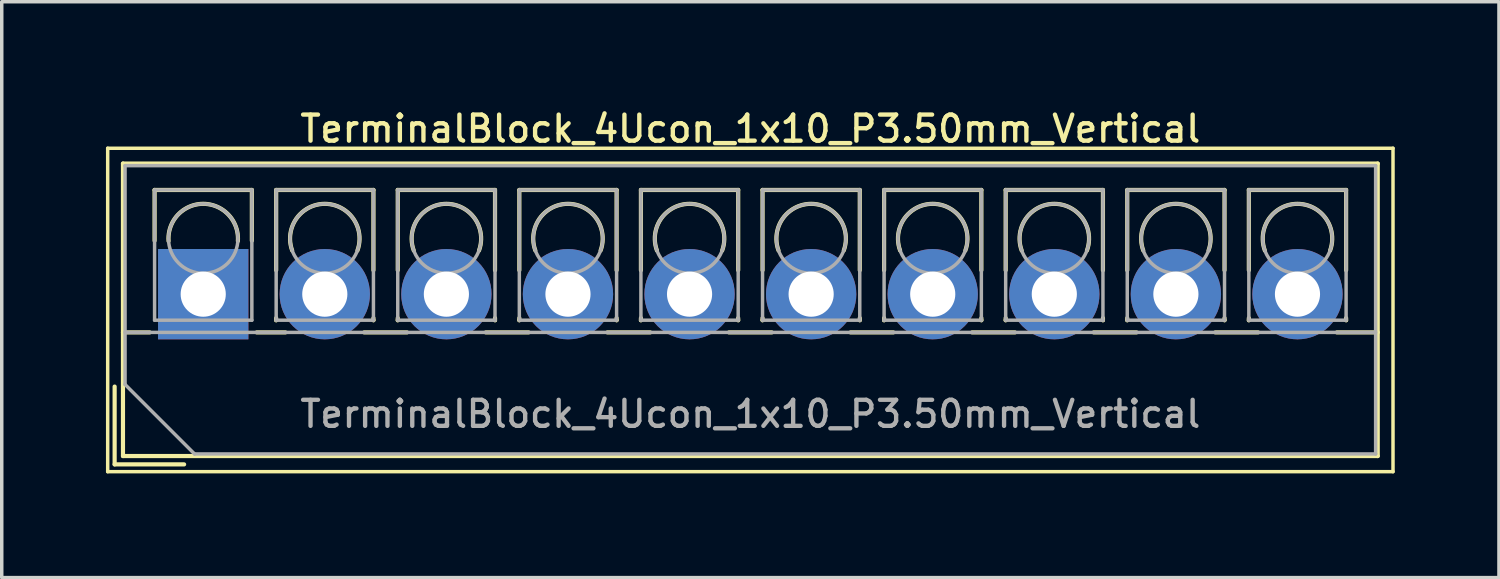
<source format=kicad_pcb>
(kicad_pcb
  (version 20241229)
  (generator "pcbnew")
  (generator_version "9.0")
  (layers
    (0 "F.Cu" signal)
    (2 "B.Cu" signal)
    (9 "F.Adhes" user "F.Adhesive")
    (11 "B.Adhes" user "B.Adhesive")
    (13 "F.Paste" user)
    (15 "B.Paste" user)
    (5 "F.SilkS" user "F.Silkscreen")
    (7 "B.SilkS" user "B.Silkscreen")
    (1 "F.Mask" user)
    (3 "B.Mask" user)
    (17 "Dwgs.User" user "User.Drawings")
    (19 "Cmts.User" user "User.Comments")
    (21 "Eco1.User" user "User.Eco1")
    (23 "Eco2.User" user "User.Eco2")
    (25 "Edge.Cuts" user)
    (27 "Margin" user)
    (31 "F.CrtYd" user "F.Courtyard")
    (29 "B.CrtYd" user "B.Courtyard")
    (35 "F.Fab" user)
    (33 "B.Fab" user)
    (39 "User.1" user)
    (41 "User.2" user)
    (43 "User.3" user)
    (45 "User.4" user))
  (footprint "TerminalBlock_4Ucon_1x10_P3.50mm_Vertical"
    (layer "F.Cu")
    (at 2.8 5.418)
    (property "Reference" "TerminalBlock_4Ucon_1x10_P3.50mm_Vertical" (at 15.75 -4.76 0) (layer "F.SilkS") (effects (font (size 0.75 0.75) (thickness 0.125))))
    (attr through_hole)
    (fp_line (start -2.75 -4.2) (end -2.75 5.11) (stroke (width 0.1) (type solid)) (layer "F.SilkS"))
    (fp_line (start -2.75 5.11) (end 34.25 5.11) (stroke (width 0.1) (type solid)) (layer "F.SilkS"))
    (fp_line (start -2.55 2.66) (end -2.55 4.9) (stroke (width 0.12) (type solid)) (layer "F.SilkS"))
    (fp_line (start -2.55 4.9) (end -0.55 4.9) (stroke (width 0.12) (type solid)) (layer "F.SilkS"))
    (fp_line (start -2.31 -3.76) (end -2.31 4.66) (stroke (width 0.12) (type solid)) (layer "F.SilkS"))
    (fp_line (start -2.31 -3.76) (end 33.81 -3.76) (stroke (width 0.12) (type solid)) (layer "F.SilkS"))
    (fp_line (start -2.31 1.101) (end -1.54 1.101) (stroke (width 0.12) (type solid)) (layer "F.SilkS"))
    (fp_line (start -2.31 4.66) (end 33.81 4.66) (stroke (width 0.12) (type solid)) (layer "F.SilkS"))
    (fp_line (start -1.4 -3) (end -1.4 -1.54) (stroke (width 0.12) (type solid)) (layer "F.SilkS"))
    (fp_line (start -1.4 -3) (end 1.4 -3) (stroke (width 0.12) (type solid)) (layer "F.SilkS"))
    (fp_line (start 1.4 -3) (end 1.4 -1.54) (stroke (width 0.12) (type solid)) (layer "F.SilkS"))
    (fp_line (start 1.54 1.101) (end 2.367 1.101) (stroke (width 0.12) (type solid)) (layer "F.SilkS"))
    (fp_line (start 2.1 -3) (end 2.1 -0.689) (stroke (width 0.12) (type solid)) (layer "F.SilkS"))
    (fp_line (start 2.1 -3) (end 4.9 -3) (stroke (width 0.12) (type solid)) (layer "F.SilkS"))
    (fp_line (start 2.1 0.689) (end 2.1 0.75) (stroke (width 0.12) (type solid)) (layer "F.SilkS"))
    (fp_line (start 2.1 0.75) (end 2.101 0.75) (stroke (width 0.12) (type solid)) (layer "F.SilkS"))
    (fp_line (start 4.634 1.101) (end 5.867 1.101) (stroke (width 0.12) (type solid)) (layer "F.SilkS"))
    (fp_line (start 4.9 -3) (end 4.9 -0.689) (stroke (width 0.12) (type solid)) (layer "F.SilkS"))
    (fp_line (start 4.9 0.689) (end 4.9 0.75) (stroke (width 0.12) (type solid)) (layer "F.SilkS"))
    (fp_line (start 4.9 0.75) (end 4.9 0.75) (stroke (width 0.12) (type solid)) (layer "F.SilkS"))
    (fp_line (start 5.6 -3) (end 5.6 -0.689) (stroke (width 0.12) (type solid)) (layer "F.SilkS"))
    (fp_line (start 5.6 -3) (end 8.4 -3) (stroke (width 0.12) (type solid)) (layer "F.SilkS"))
    (fp_line (start 5.6 0.689) (end 5.6 0.75) (stroke (width 0.12) (type solid)) (layer "F.SilkS"))
    (fp_line (start 5.6 0.75) (end 5.601 0.75) (stroke (width 0.12) (type solid)) (layer "F.SilkS"))
    (fp_line (start 8.134 1.101) (end 9.367 1.101) (stroke (width 0.12) (type solid)) (layer "F.SilkS"))
    (fp_line (start 8.4 -3) (end 8.4 -0.689) (stroke (width 0.12) (type solid)) (layer "F.SilkS"))
    (fp_line (start 8.4 0.689) (end 8.4 0.75) (stroke (width 0.12) (type solid)) (layer "F.SilkS"))
    (fp_line (start 8.4 0.75) (end 8.4 0.75) (stroke (width 0.12) (type solid)) (layer "F.SilkS"))
    (fp_line (start 9.1 -3) (end 9.1 -0.689) (stroke (width 0.12) (type solid)) (layer "F.SilkS"))
    (fp_line (start 9.1 -3) (end 11.9 -3) (stroke (width 0.12) (type solid)) (layer "F.SilkS"))
    (fp_line (start 9.1 0.689) (end 9.1 0.75) (stroke (width 0.12) (type solid)) (layer "F.SilkS"))
    (fp_line (start 9.1 0.75) (end 9.101 0.75) (stroke (width 0.12) (type solid)) (layer "F.SilkS"))
    (fp_line (start 11.634 1.101) (end 12.867 1.101) (stroke (width 0.12) (type solid)) (layer "F.SilkS"))
    (fp_line (start 11.9 -3) (end 11.9 -0.689) (stroke (width 0.12) (type solid)) (layer "F.SilkS"))
    (fp_line (start 11.9 0.689) (end 11.9 0.75) (stroke (width 0.12) (type solid)) (layer "F.SilkS"))
    (fp_line (start 11.9 0.75) (end 11.9 0.75) (stroke (width 0.12) (type solid)) (layer "F.SilkS"))
    (fp_line (start 12.6 -3) (end 12.6 -0.689) (stroke (width 0.12) (type solid)) (layer "F.SilkS"))
    (fp_line (start 12.6 -3) (end 15.4 -3) (stroke (width 0.12) (type solid)) (layer "F.SilkS"))
    (fp_line (start 12.6 0.689) (end 12.6 0.75) (stroke (width 0.12) (type solid)) (layer "F.SilkS"))
    (fp_line (start 12.6 0.75) (end 12.601 0.75) (stroke (width 0.12) (type solid)) (layer "F.SilkS"))
    (fp_line (start 15.134 1.101) (end 16.367 1.101) (stroke (width 0.12) (type solid)) (layer "F.SilkS"))
    (fp_line (start 15.4 -3) (end 15.4 -0.689) (stroke (width 0.12) (type solid)) (layer "F.SilkS"))
    (fp_line (start 15.4 0.689) (end 15.4 0.75) (stroke (width 0.12) (type solid)) (layer "F.SilkS"))
    (fp_line (start 15.4 0.75) (end 15.4 0.75) (stroke (width 0.12) (type solid)) (layer "F.SilkS"))
    (fp_line (start 16.101 -3) (end 16.101 -0.689) (stroke (width 0.12) (type solid)) (layer "F.SilkS"))
    (fp_line (start 16.101 -3) (end 18.9 -3) (stroke (width 0.12) (type solid)) (layer "F.SilkS"))
    (fp_line (start 16.101 0.689) (end 16.101 0.75) (stroke (width 0.12) (type solid)) (layer "F.SilkS"))
    (fp_line (start 16.101 0.75) (end 16.101 0.75) (stroke (width 0.12) (type solid)) (layer "F.SilkS"))
    (fp_line (start 18.634 1.101) (end 19.867 1.101) (stroke (width 0.12) (type solid)) (layer "F.SilkS"))
    (fp_line (start 18.9 -3) (end 18.9 -0.689) (stroke (width 0.12) (type solid)) (layer "F.SilkS"))
    (fp_line (start 18.9 0.689) (end 18.9 0.75) (stroke (width 0.12) (type solid)) (layer "F.SilkS"))
    (fp_line (start 18.9 0.75) (end 18.9 0.75) (stroke (width 0.12) (type solid)) (layer "F.SilkS"))
    (fp_line (start 19.6 -3) (end 19.6 -0.689) (stroke (width 0.12) (type solid)) (layer "F.SilkS"))
    (fp_line (start 19.6 -3) (end 22.4 -3) (stroke (width 0.12) (type solid)) (layer "F.SilkS"))
    (fp_line (start 19.6 0.689) (end 19.6 0.75) (stroke (width 0.12) (type solid)) (layer "F.SilkS"))
    (fp_line (start 19.6 0.75) (end 19.601 0.75) (stroke (width 0.12) (type solid)) (layer "F.SilkS"))
    (fp_line (start 22.134 1.101) (end 23.367 1.101) (stroke (width 0.12) (type solid)) (layer "F.SilkS"))
    (fp_line (start 22.4 -3) (end 22.4 -0.689) (stroke (width 0.12) (type solid)) (layer "F.SilkS"))
    (fp_line (start 22.4 0.689) (end 22.4 0.75) (stroke (width 0.12) (type solid)) (layer "F.SilkS"))
    (fp_line (start 22.4 0.75) (end 22.4 0.75) (stroke (width 0.12) (type solid)) (layer "F.SilkS"))
    (fp_line (start 23.1 -3) (end 23.1 -0.689) (stroke (width 0.12) (type solid)) (layer "F.SilkS"))
    (fp_line (start 23.1 -3) (end 25.9 -3) (stroke (width 0.12) (type solid)) (layer "F.SilkS"))
    (fp_line (start 23.1 0.689) (end 23.1 0.75) (stroke (width 0.12) (type solid)) (layer "F.SilkS"))
    (fp_line (start 23.1 0.75) (end 23.101 0.75) (stroke (width 0.12) (type solid)) (layer "F.SilkS"))
    (fp_line (start 25.634 1.101) (end 26.867 1.101) (stroke (width 0.12) (type solid)) (layer "F.SilkS"))
    (fp_line (start 25.9 -3) (end 25.9 -0.689) (stroke (width 0.12) (type solid)) (layer "F.SilkS"))
    (fp_line (start 25.9 0.689) (end 25.9 0.75) (stroke (width 0.12) (type solid)) (layer "F.SilkS"))
    (fp_line (start 25.9 0.75) (end 25.9 0.75) (stroke (width 0.12) (type solid)) (layer "F.SilkS"))
    (fp_line (start 26.6 -3) (end 26.6 -0.689) (stroke (width 0.12) (type solid)) (layer "F.SilkS"))
    (fp_line (start 26.6 -3) (end 29.4 -3) (stroke (width 0.12) (type solid)) (layer "F.SilkS"))
    (fp_line (start 26.6 0.689) (end 26.6 0.75) (stroke (width 0.12) (type solid)) (layer "F.SilkS"))
    (fp_line (start 26.6 0.75) (end 26.601 0.75) (stroke (width 0.12) (type solid)) (layer "F.SilkS"))
    (fp_line (start 29.134 1.101) (end 30.367 1.101) (stroke (width 0.12) (type solid)) (layer "F.SilkS"))
    (fp_line (start 29.4 -3) (end 29.4 -0.689) (stroke (width 0.12) (type solid)) (layer "F.SilkS"))
    (fp_line (start 29.4 0.689) (end 29.4 0.75) (stroke (width 0.12) (type solid)) (layer "F.SilkS"))
    (fp_line (start 29.4 0.75) (end 29.4 0.75) (stroke (width 0.12) (type solid)) (layer "F.SilkS"))
    (fp_line (start 30.1 -3) (end 30.1 -0.689) (stroke (width 0.12) (type solid)) (layer "F.SilkS"))
    (fp_line (start 30.1 -3) (end 32.9 -3) (stroke (width 0.12) (type solid)) (layer "F.SilkS"))
    (fp_line (start 30.1 0.689) (end 30.1 0.75) (stroke (width 0.12) (type solid)) (layer "F.SilkS"))
    (fp_line (start 30.1 0.75) (end 30.101 0.75) (stroke (width 0.12) (type solid)) (layer "F.SilkS"))
    (fp_line (start 32.634 1.101) (end 33.81 1.101) (stroke (width 0.12) (type solid)) (layer "F.SilkS"))
    (fp_line (start 32.9 -3) (end 32.9 -0.689) (stroke (width 0.12) (type solid)) (layer "F.SilkS"))
    (fp_line (start 32.9 0.689) (end 32.9 0.75) (stroke (width 0.12) (type solid)) (layer "F.SilkS"))
    (fp_line (start 32.9 0.75) (end 32.9 0.75) (stroke (width 0.12) (type solid)) (layer "F.SilkS"))
    (fp_line (start 33.81 -3.76) (end 33.81 4.66) (stroke (width 0.12) (type solid)) (layer "F.SilkS"))
    (fp_line (start 34.25 -4.2) (end -2.75 -4.2) (stroke (width 0.1) (type solid)) (layer "F.SilkS"))
    (fp_line (start 34.25 5.11) (end 34.25 -4.2) (stroke (width 0.1) (type solid)) (layer "F.SilkS"))
    (fp_arc (start -0.99789 -1.529434) (mid -0.000785 -2.600382) (end 0.998 -1.531) (stroke (width 0.12) (type solid)) (layer "F.SilkS"))
    (fp_arc (start 2.560085 -1.257767) (mid 3.499876 -2.600282) (end 4.44 -1.258) (stroke (width 0.12) (type solid)) (layer "F.SilkS"))
    (fp_arc (start 6.060085 -1.257767) (mid 6.999876 -2.600282) (end 7.94 -1.258) (stroke (width 0.12) (type solid)) (layer "F.SilkS"))
    (fp_arc (start 9.560085 -1.257767) (mid 10.499876 -2.600282) (end 11.44 -1.258) (stroke (width 0.12) (type solid)) (layer "F.SilkS"))
    (fp_arc (start 13.060085 -1.257767) (mid 13.999876 -2.600282) (end 14.94 -1.258) (stroke (width 0.12) (type solid)) (layer "F.SilkS"))
    (fp_arc (start 16.560085 -1.257767) (mid 17.499876 -2.600282) (end 18.44 -1.258) (stroke (width 0.12) (type solid)) (layer "F.SilkS"))
    (fp_arc (start 20.060085 -1.257767) (mid 20.999876 -2.600282) (end 21.94 -1.258) (stroke (width 0.12) (type solid)) (layer "F.SilkS"))
    (fp_arc (start 23.560085 -1.257767) (mid 24.499876 -2.600282) (end 25.44 -1.258) (stroke (width 0.12) (type solid)) (layer "F.SilkS"))
    (fp_arc (start 27.060085 -1.257767) (mid 27.999876 -2.600282) (end 28.94 -1.258) (stroke (width 0.12) (type solid)) (layer "F.SilkS"))
    (fp_arc (start 30.560085 -1.257767) (mid 31.499876 -2.600282) (end 32.44 -1.258) (stroke (width 0.12) (type solid)) (layer "F.SilkS"))
    (fp_line (start -2.25 -3.7) (end 33.75 -3.7) (stroke (width 0.1) (type solid)) (layer "F.Fab"))
    (fp_line (start -2.25 1.1) (end 33.75 1.1) (stroke (width 0.1) (type solid)) (layer "F.Fab"))
    (fp_line (start -2.25 2.6) (end -2.25 -3.7) (stroke (width 0.1) (type solid)) (layer "F.Fab"))
    (fp_line (start -1.4 -3) (end -1.4 0.75) (stroke (width 0.1) (type solid)) (layer "F.Fab"))
    (fp_line (start -1.4 0.75) (end 1.4 0.75) (stroke (width 0.1) (type solid)) (layer "F.Fab"))
    (fp_line (start -0.25 4.6) (end -2.25 2.6) (stroke (width 0.1) (type solid)) (layer "F.Fab"))
    (fp_line (start 1.4 -3) (end -1.4 -3) (stroke (width 0.1) (type solid)) (layer "F.Fab"))
    (fp_line (start 1.4 0.75) (end 1.4 -3) (stroke (width 0.1) (type solid)) (layer "F.Fab"))
    (fp_line (start 2.1 -3) (end 2.1 0.75) (stroke (width 0.1) (type solid)) (layer "F.Fab"))
    (fp_line (start 2.1 0.75) (end 4.9 0.75) (stroke (width 0.1) (type solid)) (layer "F.Fab"))
    (fp_line (start 4.9 -3) (end 2.1 -3) (stroke (width 0.1) (type solid)) (layer "F.Fab"))
    (fp_line (start 4.9 0.75) (end 4.9 -3) (stroke (width 0.1) (type solid)) (layer "F.Fab"))
    (fp_line (start 5.6 -3) (end 5.6 0.75) (stroke (width 0.1) (type solid)) (layer "F.Fab"))
    (fp_line (start 5.6 0.75) (end 8.4 0.75) (stroke (width 0.1) (type solid)) (layer "F.Fab"))
    (fp_line (start 8.4 -3) (end 5.6 -3) (stroke (width 0.1) (type solid)) (layer "F.Fab"))
    (fp_line (start 8.4 0.75) (end 8.4 -3) (stroke (width 0.1) (type solid)) (layer "F.Fab"))
    (fp_line (start 9.1 -3) (end 9.1 0.75) (stroke (width 0.1) (type solid)) (layer "F.Fab"))
    (fp_line (start 9.1 0.75) (end 11.9 0.75) (stroke (width 0.1) (type solid)) (layer "F.Fab"))
    (fp_line (start 11.9 -3) (end 9.1 -3) (stroke (width 0.1) (type solid)) (layer "F.Fab"))
    (fp_line (start 11.9 0.75) (end 11.9 -3) (stroke (width 0.1) (type solid)) (layer "F.Fab"))
    (fp_line (start 12.6 -3) (end 12.6 0.75) (stroke (width 0.1) (type solid)) (layer "F.Fab"))
    (fp_line (start 12.6 0.75) (end 15.4 0.75) (stroke (width 0.1) (type solid)) (layer "F.Fab"))
    (fp_line (start 15.4 -3) (end 12.6 -3) (stroke (width 0.1) (type solid)) (layer "F.Fab"))
    (fp_line (start 15.4 0.75) (end 15.4 -3) (stroke (width 0.1) (type solid)) (layer "F.Fab"))
    (fp_line (start 16.101 -3) (end 16.101 0.75) (stroke (width 0.1) (type solid)) (layer "F.Fab"))
    (fp_line (start 16.101 0.75) (end 18.9 0.75) (stroke (width 0.1) (type solid)) (layer "F.Fab"))
    (fp_line (start 18.9 -3) (end 16.101 -3) (stroke (width 0.1) (type solid)) (layer "F.Fab"))
    (fp_line (start 18.9 0.75) (end 18.9 -3) (stroke (width 0.1) (type solid)) (layer "F.Fab"))
    (fp_line (start 19.6 -3) (end 19.6 0.75) (stroke (width 0.1) (type solid)) (layer "F.Fab"))
    (fp_line (start 19.6 0.75) (end 22.4 0.75) (stroke (width 0.1) (type solid)) (layer "F.Fab"))
    (fp_line (start 22.4 -3) (end 19.6 -3) (stroke (width 0.1) (type solid)) (layer "F.Fab"))
    (fp_line (start 22.4 0.75) (end 22.4 -3) (stroke (width 0.1) (type solid)) (layer "F.Fab"))
    (fp_line (start 23.1 -3) (end 23.1 0.75) (stroke (width 0.1) (type solid)) (layer "F.Fab"))
    (fp_line (start 23.1 0.75) (end 25.9 0.75) (stroke (width 0.1) (type solid)) (layer "F.Fab"))
    (fp_line (start 25.9 -3) (end 23.1 -3) (stroke (width 0.1) (type solid)) (layer "F.Fab"))
    (fp_line (start 25.9 0.75) (end 25.9 -3) (stroke (width 0.1) (type solid)) (layer "F.Fab"))
    (fp_line (start 26.6 -3) (end 26.6 0.75) (stroke (width 0.1) (type solid)) (layer "F.Fab"))
    (fp_line (start 26.6 0.75) (end 29.4 0.75) (stroke (width 0.1) (type solid)) (layer "F.Fab"))
    (fp_line (start 29.4 -3) (end 26.6 -3) (stroke (width 0.1) (type solid)) (layer "F.Fab"))
    (fp_line (start 29.4 0.75) (end 29.4 -3) (stroke (width 0.1) (type solid)) (layer "F.Fab"))
    (fp_line (start 30.1 -3) (end 30.1 0.75) (stroke (width 0.1) (type solid)) (layer "F.Fab"))
    (fp_line (start 30.1 0.75) (end 32.9 0.75) (stroke (width 0.1) (type solid)) (layer "F.Fab"))
    (fp_line (start 32.9 -3) (end 30.1 -3) (stroke (width 0.1) (type solid)) (layer "F.Fab"))
    (fp_line (start 32.9 0.75) (end 32.9 -3) (stroke (width 0.1) (type solid)) (layer "F.Fab"))
    (fp_line (start 33.75 -3.7) (end 33.75 4.6) (stroke (width 0.1) (type solid)) (layer "F.Fab"))
    (fp_line (start 33.75 4.6) (end -0.25 4.6) (stroke (width 0.1) (type solid)) (layer "F.Fab"))
    (fp_circle (center 0 -1.6) (end 1 -1.6) (stroke (width 0.1) (type solid)) (fill no) (layer "F.Fab"))
    (fp_circle (center 3.5 -1.6) (end 4.5 -1.6) (stroke (width 0.1) (type solid)) (fill no) (layer "F.Fab"))
    (fp_circle (center 7 -1.6) (end 8 -1.6) (stroke (width 0.1) (type solid)) (fill no) (layer "F.Fab"))
    (fp_circle (center 10.5 -1.6) (end 11.5 -1.6) (stroke (width 0.1) (type solid)) (fill no) (layer "F.Fab"))
    (fp_circle (center 14 -1.6) (end 15 -1.6) (stroke (width 0.1) (type solid)) (fill no) (layer "F.Fab"))
    (fp_circle (center 17.5 -1.6) (end 18.5 -1.6) (stroke (width 0.1) (type solid)) (fill no) (layer "F.Fab"))
    (fp_circle (center 21 -1.6) (end 22 -1.6) (stroke (width 0.1) (type solid)) (fill no) (layer "F.Fab"))
    (fp_circle (center 24.5 -1.6) (end 25.5 -1.6) (stroke (width 0.1) (type solid)) (fill no) (layer "F.Fab"))
    (fp_circle (center 28 -1.6) (end 29 -1.6) (stroke (width 0.1) (type solid)) (fill no) (layer "F.Fab"))
    (fp_circle (center 31.5 -1.6) (end 32.5 -1.6) (stroke (width 0.1) (type solid)) (fill no) (layer "F.Fab"))
    (fp_text user "${REFERENCE}" (at 15.75 3.45 0) (layer "F.Fab") (effects (font (size 0.75 0.75) (thickness 0.125))))
    (pad "1" thru_hole rect (at 0 0) (size 2.6 2.6) (drill 1.3) (layers "*.Cu" "*.Mask"))
    (pad "2" thru_hole circle (at 3.5 0) (size 2.6 2.6) (drill 1.3) (layers "*.Cu" "*.Mask"))
    (pad "3" thru_hole circle (at 7 0) (size 2.6 2.6) (drill 1.3) (layers "*.Cu" "*.Mask"))
    (pad "4" thru_hole circle (at 10.5 0) (size 2.6 2.6) (drill 1.3) (layers "*.Cu" "*.Mask"))
    (pad "5" thru_hole circle (at 14 0) (size 2.6 2.6) (drill 1.3) (layers "*.Cu" "*.Mask"))
    (pad "6" thru_hole circle (at 17.5 0) (size 2.6 2.6) (drill 1.3) (layers "*.Cu" "*.Mask"))
    (pad "7" thru_hole circle (at 21 0) (size 2.6 2.6) (drill 1.3) (layers "*.Cu" "*.Mask"))
    (pad "8" thru_hole circle (at 24.5 0) (size 2.6 2.6) (drill 1.3) (layers "*.Cu" "*.Mask"))
    (pad "9" thru_hole circle (at 28 0) (size 2.6 2.6) (drill 1.3) (layers "*.Cu" "*.Mask"))
    (pad "10" thru_hole circle (at 31.5 0) (size 2.6 2.6) (drill 1.3) (layers "*.Cu" "*.Mask")))
  (gr_rect
    (start -3 -3)
    (end 40.1 13.578)
    (stroke (width 0.1) (type default))
    (fill no)
    (layer "Edge.Cuts")))
</source>
